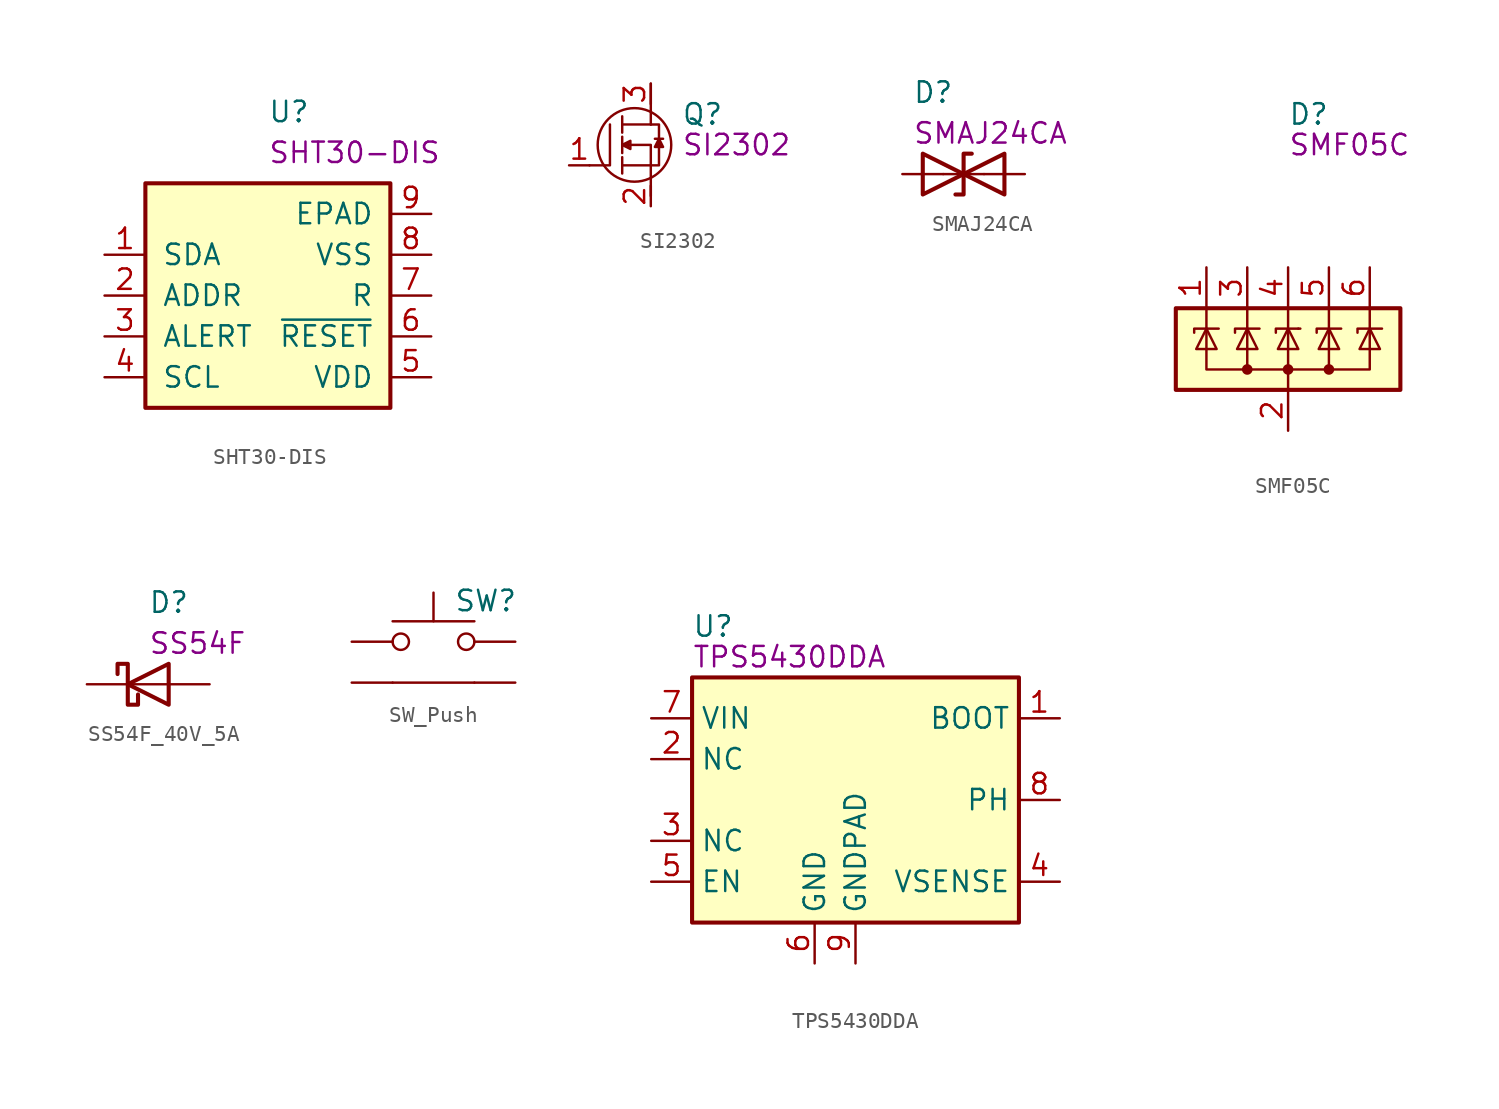
<source format=kicad_sym>
(kicad_symbol_lib
  (version 20211014)
  (generator kicad_symbol_editor)
  (symbol "SHT30-DIS"
    (pin_names
      (offset 1.016))
    (property "Reference" "U"
      (at 0 11.43 0)
      (effects (font (size 1.27 1.27)) (justify left)))
    (property "Symbol" "SHT30-DIS"
      (at 0 8.89 0)
      (effects (font (size 1.27 1.27)) (justify left)))
    (symbol "SHT30-DIS_0_1"
      (rectangle (start -7.62 6.985) (end 7.62 -6.985) (stroke (width 0.254) (type default) (color 0 0 0 0)) (fill (type background))))
    (symbol "SHT30-DIS_1_1"
      (pin bidirectional line (at -10.16 2.54 0) (length 2.54) (name "SDA" (effects (font (size 1.27 1.27)))) (number "1" (effects (font (size 1.27 1.27)))))
      (pin input line (at -10.16 0 0) (length 2.54) (name "ADDR" (effects (font (size 1.27 1.27)))) (number "2" (effects (font (size 1.27 1.27)))))
      (pin output line (at -10.16 -2.54 0) (length 2.54) (name "ALERT" (effects (font (size 1.27 1.27)))) (number "3" (effects (font (size 1.27 1.27)))))
      (pin input line (at -10.16 -5.08 0) (length 2.54) (name "SCL" (effects (font (size 1.27 1.27)))) (number "4" (effects (font (size 1.27 1.27)))))
      (pin power_in line (at 10.16 -5.08 180) (length 2.54) (name "VDD" (effects (font (size 1.27 1.27)))) (number "5" (effects (font (size 1.27 1.27)))))
      (pin input line (at 10.16 -2.54 180) (length 2.54) (name "~{RESET}" (effects (font (size 1.27 1.27)))) (number "6" (effects (font (size 1.27 1.27)))))
      (pin passive line (at 10.16 0 180) (length 2.54) (name "R" (effects (font (size 1.27 1.27)))) (number "7" (effects (font (size 1.27 1.27)))))
      (pin power_in line (at 10.16 2.54 180) (length 2.54) (name "VSS" (effects (font (size 1.27 1.27)))) (number "8" (effects (font (size 1.27 1.27)))))
      (pin passive line (at 10.16 5.08 180) (length 2.54) (name "EPAD" (effects (font (size 1.27 1.27)))) (number "9" (effects (font (size 1.27 1.27)))))))
  (symbol "SI2302"
    (pin_names
      (offset 1.016))
    (property "Reference" "Q"
      (at 3.175 1.905 0)
      (effects (font (size 1.27 1.27)) (justify left)))
    (property "Symbol" "SI2302"
      (at 3.175 0 0)
      (effects (font (size 1.27 1.27)) (justify left)))
    (symbol "SI2302_0_1"
      (polyline (pts (xy 1.524 0.381) (xy 2.032 0.381)) (stroke (width 0) (type default) (color 0 0 0 0)) (fill (type none)))
      (polyline (pts (xy 1.27 -1.27) (xy 1.778 -1.27) (xy 1.778 1.27) (xy 1.27 1.27)) (stroke (width 0) (type default) (color 0 0 0 0)) (fill (type none)))
      (polyline (pts (xy 1.524 -0.127) (xy 2.032 -0.127) (xy 1.778 0.381) (xy 1.524 -0.127) (xy 1.651 0) (xy 1.905 0) (xy 1.778 0.127)) (stroke (width 0) (type default) (color 0 0 0 0)) (fill (type none))))
    (symbol "SI2302_1_1"
      (polyline (pts (xy -0.508 -1.778) (xy -0.508 -0.762)) (stroke (width 0.152) (type default) (color 0 0 0 0)) (fill (type none)))
      (polyline (pts (xy -0.508 -1.27) (xy 1.27 -1.27)) (stroke (width 0.152) (type default) (color 0 0 0 0)) (fill (type none)))
      (polyline (pts (xy -0.508 -0.508) (xy -0.508 0.508)) (stroke (width 0.152) (type default) (color 0 0 0 0)) (fill (type none)))
      (polyline (pts (xy -0.508 1.778) (xy -0.508 0.762)) (stroke (width 0.152) (type default) (color 0 0 0 0)) (fill (type none)))
      (polyline (pts (xy 1.27 1.27) (xy -0.508 1.27)) (stroke (width 0.152) (type default) (color 0 0 0 0)) (fill (type none)))
      (polyline (pts (xy 1.27 1.27) (xy 1.27 3.81)) (stroke (width 0.152) (type default) (color 0 0 0 0)) (fill (type none)))
      (polyline (pts (xy -1.27 1.27) (xy -1.27 -1.27) (xy -2.54 -1.27)) (stroke (width 0) (type default) (color 0 0 0 0)) (fill (type none)))
      (polyline (pts (xy -0.508 0) (xy 1.27 0) (xy 1.27 -3.175)) (stroke (width 0) (type default) (color 0 0 0 0)) (fill (type none)))
      (polyline (pts (xy -0.254 0) (xy -0.127 0.127) (xy -0.127 -0.127)) (stroke (width 0) (type default) (color 0 0 0 0)) (fill (type none)))
      (polyline (pts (xy -0.508 0) (xy 0 0.254) (xy 0 -0.254) (xy -0.508 0)) (stroke (width 0) (type default) (color 0 0 0 0)) (fill (type none)))
      (circle (center 0.254 0) (radius 2.286) (stroke (width 0) (type default) (color 0 0 0 0)) (fill (type none)))
      (pin passive line (at -3.81 -1.27 0) (length 1.27) (name "~" (effects (font (size 1.27 1.27)))) (number "1" (effects (font (size 1.27 1.27)))))
      (pin passive line (at 1.27 -3.81 90) (length 1.27) (name "~" (effects (font (size 1.27 1.27)))) (number "2" (effects (font (size 1.27 1.27)))))
      (pin passive line (at 1.27 3.81 270) (length 1.27) (name "~" (effects (font (size 1.27 1.27)))) (number "3" (effects (font (size 1.27 1.27)))))))
  (symbol "SMAJ24CA"
    (pin_numbers hide)
    (pin_names
      (offset 0.762))
    (property "Reference" "D"
      (at -3.175 5.08 0)
      (effects (font (size 1.27 1.27)) (justify left)))
    (property "Symbol" "SMAJ24CA"
      (at -3.175 2.54 0)
      (effects (font (size 1.27 1.27)) (justify left)))
    (symbol "SMAJ24CA_0_1"
      (polyline (pts (xy 1.27 0) (xy -1.27 0)) (stroke (width 0) (type default) (color 0 0 0 0)) (fill (type none)))
      (polyline (pts (xy 0.508 1.27) (xy 0 1.27) (xy 0 -1.27) (xy -0.508 -1.27)) (stroke (width 0.254) (type default) (color 0 0 0 0)) (fill (type none)))
      (polyline (pts (xy -2.54 1.27) (xy -2.54 -1.27) (xy 2.54 1.27) (xy 2.54 -1.27) (xy -2.54 1.27)) (stroke (width 0.254) (type default) (color 0 0 0 0)) (fill (type none))))
    (symbol "SMAJ24CA_1_1"
      (pin passive line (at -3.81 0 0) (length 2.54) (name "~" (effects (font (size 1.27 1.27)))) (number "1" (effects (font (size 1.27 1.27)))))
      (pin passive line (at 3.81 0 180) (length 2.54) (name "~" (effects (font (size 1.27 1.27)))) (number "2" (effects (font (size 1.27 1.27)))))))
  (symbol "SMF05C"
    (pin_names
      (offset 1.016))
    (property "Reference" "D"
      (at 0 14.605 0)
      (effects (font (size 1.27 1.27)) (justify left)))
    (property "Symbol" "SMF05C"
      (at 0 12.7 0)
      (effects (font (size 1.27 1.27)) (justify left)))
    (symbol "SMF05C_0_0"
      (pin passive line (at 0 -5.08 90) (length 2.54) (name "~" (effects (font (size 1.27 1.27)))) (number "2" (effects (font (size 1.27 1.27))))))
    (symbol "SMF05C_0_1"
      (rectangle (start -6.985 2.54) (end 6.985 -2.54) (stroke (width 0.254) (type default) (color 0 0 0 0)) (fill (type background)))
      (circle (center -2.54 -1.27) (radius 0.254) (stroke (width 0) (type default) (color 0 0 0 0)) (fill (type outline)))
      (circle (center 0 -1.27) (radius 0.254) (stroke (width 0) (type default) (color 0 0 0 0)) (fill (type outline)))
      (polyline (pts (xy -5.08 2.54) (xy -5.08 1.27)) (stroke (width 0) (type default) (color 0 0 0 0)) (fill (type none)))
      (polyline (pts (xy -2.54 2.54) (xy -2.54 1.27)) (stroke (width 0) (type default) (color 0 0 0 0)) (fill (type none)))
      (polyline (pts (xy 0 -1.27) (xy 0 -2.54)) (stroke (width 0) (type default) (color 0 0 0 0)) (fill (type none)))
      (polyline (pts (xy 0 -1.27) (xy 0 1.27)) (stroke (width 0) (type default) (color 0 0 0 0)) (fill (type none)))
      (polyline (pts (xy 0 2.54) (xy 0 1.27)) (stroke (width 0) (type default) (color 0 0 0 0)) (fill (type none)))
      (polyline (pts (xy 0.635 1.27) (xy 0.762 1.27)) (stroke (width 0) (type default) (color 0 0 0 0)) (fill (type none)))
      (polyline (pts (xy 2.54 2.54) (xy 2.54 1.27)) (stroke (width 0) (type default) (color 0 0 0 0)) (fill (type none)))
      (polyline (pts (xy 5.08 2.54) (xy 5.08 1.27)) (stroke (width 0) (type default) (color 0 0 0 0)) (fill (type none)))
      (polyline (pts (xy -5.08 1.27) (xy -5.08 -1.27) (xy -2.54 -1.27)) (stroke (width 0) (type default) (color 0 0 0 0)) (fill (type none)))
      (polyline (pts (xy 0.635 1.27) (xy -0.762 1.27) (xy -0.762 1.016)) (stroke (width 0) (type default) (color 0 0 0 0)) (fill (type none)))
      (polyline (pts (xy 5.08 1.27) (xy 5.08 -1.27) (xy 2.54 -1.27)) (stroke (width 0) (type default) (color 0 0 0 0)) (fill (type none)))
      (polyline (pts (xy -5.842 1.016) (xy -5.842 1.27) (xy -4.445 1.27) (xy -4.318 1.27)) (stroke (width 0) (type default) (color 0 0 0 0)) (fill (type none)))
      (polyline (pts (xy -5.08 1.27) (xy -4.445 0) (xy -5.715 0) (xy -5.08 1.27)) (stroke (width 0) (type default) (color 0 0 0 0)) (fill (type none)))
      (polyline (pts (xy -3.302 1.016) (xy -3.302 1.27) (xy -1.905 1.27) (xy -1.778 1.27)) (stroke (width 0) (type default) (color 0 0 0 0)) (fill (type none)))
      (polyline (pts (xy -2.54 1.27) (xy -2.54 -1.27) (xy 2.54 -1.27) (xy 2.54 1.27)) (stroke (width 0) (type default) (color 0 0 0 0)) (fill (type none)))
      (polyline (pts (xy -2.54 1.27) (xy -1.905 0) (xy -3.175 0) (xy -2.54 1.27)) (stroke (width 0) (type default) (color 0 0 0 0)) (fill (type none)))
      (polyline (pts (xy 0.635 0) (xy -0.635 0) (xy 0 1.27) (xy 0.635 0)) (stroke (width 0) (type default) (color 0 0 0 0)) (fill (type none)))
      (polyline (pts (xy 1.778 1.016) (xy 1.778 1.27) (xy 3.175 1.27) (xy 3.302 1.27)) (stroke (width 0) (type default) (color 0 0 0 0)) (fill (type none)))
      (polyline (pts (xy 2.54 1.27) (xy 1.905 0) (xy 3.175 0) (xy 2.54 1.27)) (stroke (width 0) (type default) (color 0 0 0 0)) (fill (type none)))
      (polyline (pts (xy 4.318 1.016) (xy 4.318 1.27) (xy 5.715 1.27) (xy 5.842 1.27)) (stroke (width 0) (type default) (color 0 0 0 0)) (fill (type none)))
      (polyline (pts (xy 5.08 1.27) (xy 4.445 0) (xy 5.715 0) (xy 5.08 1.27)) (stroke (width 0) (type default) (color 0 0 0 0)) (fill (type none)))
      (circle (center 2.54 -1.27) (radius 0.254) (stroke (width 0) (type default) (color 0 0 0 0)) (fill (type outline))))
    (symbol "SMF05C_1_1"
      (pin passive line (at -5.08 5.08 270) (length 2.54) (name "~" (effects (font (size 1.27 1.27)))) (number "1" (effects (font (size 1.27 1.27)))))
      (pin passive line (at -2.54 5.08 270) (length 2.54) (name "~" (effects (font (size 1.27 1.27)))) (number "3" (effects (font (size 1.27 1.27)))))
      (pin passive line (at 0 5.08 270) (length 2.54) (name "~" (effects (font (size 1.27 1.27)))) (number "4" (effects (font (size 1.27 1.27)))))
      (pin passive line (at 2.54 5.08 270) (length 2.54) (name "~" (effects (font (size 1.27 1.27)))) (number "5" (effects (font (size 1.27 1.27)))))
      (pin passive line (at 5.08 5.08 270) (length 2.54) (name "~" (effects (font (size 1.27 1.27)))) (number "6" (effects (font (size 1.27 1.27)))))))
  (symbol "SS54F_40V_5A"
    (pin_numbers hide)
    (pin_names
      (offset 1.016) hide)
    (property "Reference" "D"
      (at 0 5.08 0)
      (effects (font (size 1.27 1.27)) (justify left)))
    (property "Symbol" "SS54F"
      (at 0 2.54 0)
      (effects (font (size 1.27 1.27)) (justify left)))
    (symbol "SS54F_40V_5A_0_1"
      (polyline (pts (xy 1.27 0) (xy -1.27 0)) (stroke (width 0) (type default) (color 0 0 0 0)) (fill (type none)))
      (polyline (pts (xy 1.27 1.27) (xy 1.27 -1.27) (xy -1.27 0) (xy 1.27 1.27)) (stroke (width 0.254) (type default) (color 0 0 0 0)) (fill (type none)))
      (polyline (pts (xy -1.905 0.635) (xy -1.905 1.27) (xy -1.27 1.27) (xy -1.27 -1.27) (xy -0.635 -1.27) (xy -0.635 -0.635)) (stroke (width 0.254) (type default) (color 0 0 0 0)) (fill (type none))))
    (symbol "SS54F_40V_5A_1_1"
      (pin passive line (at -3.81 0 0) (length 2.54) (name "K" (effects (font (size 1.27 1.27)))) (number "1" (effects (font (size 1.27 1.27)))))
      (pin passive line (at 3.81 0 180) (length 2.54) (name "A" (effects (font (size 1.27 1.27)))) (number "2" (effects (font (size 1.27 1.27)))))))
  (symbol "SW_Push"
    (pin_numbers hide)
    (pin_names
      (offset 1.016) hide)
    (property "Reference" "SW"
      (at 1.27 2.54 0)
      (effects (font (size 1.27 1.27)) (justify left)))
    (property "Symbol" ""
      (at 0 0 0)
      (effects (font (size 1.27 1.27)) (justify left)))
    (symbol "SW_Push_0_1"
      (circle (center -2.032 0) (radius 0.508) (stroke (width 0) (type default) (color 0 0 0 0)) (fill (type none)))
      (polyline (pts (xy -2.54 -2.54) (xy 2.54 -2.54)) (stroke (width 0) (type default) (color 0 0 0 0)) (fill (type none)))
      (polyline (pts (xy 0 1.27) (xy 0 3.048)) (stroke (width 0) (type default) (color 0 0 0 0)) (fill (type none)))
      (polyline (pts (xy 2.54 1.27) (xy -2.54 1.27)) (stroke (width 0) (type default) (color 0 0 0 0)) (fill (type none)))
      (circle (center 2.032 0) (radius 0.508) (stroke (width 0) (type default) (color 0 0 0 0)) (fill (type none)))
      (pin passive line (at -5.08 0 0) (length 2.54) (name "1" (effects (font (size 1.27 1.27)))) (number "1" (effects (font (size 1.27 1.27)))))
      (pin passive line (at 5.08 0 180) (length 2.54) (name "2" (effects (font (size 1.27 1.27)))) (number "2" (effects (font (size 1.27 1.27)))))
      (pin passive line (at -5.08 -2.54 0) (length 2.54) (name "3" (effects (font (size 1.27 1.27)))) (number "3" (effects (font (size 1.27 1.27)))))
      (pin passive line (at 5.08 -2.54 180) (length 2.54) (name "4" (effects (font (size 1.27 1.27)))) (number "4" (effects (font (size 1.27 1.27)))))))
  (symbol "TPS5430DDA"
    (property "Reference" "U"
      (at -10.16 10.795 0)
      (effects (font (size 1.27 1.27)) (justify left)))
    (property "Symbol" "TPS5430DDA"
      (at -10.16 8.89 0)
      (effects (font (size 1.27 1.27)) (justify left)))
    (symbol "TPS5430DDA_0_1"
      (rectangle (start -10.16 7.62) (end 10.16 -7.62) (stroke (width 0.254) (type default) (color 0 0 0 0)) (fill (type background))))
    (symbol "TPS5430DDA_1_1"
      (pin input line (at 12.7 5.08 180) (length 2.54) (name "BOOT" (effects (font (size 1.27 1.27)))) (number "1" (effects (font (size 1.27 1.27)))))
      (pin passive line (at -12.7 2.54 0) (length 2.54) (name "NC" (effects (font (size 1.27 1.27)))) (number "2" (effects (font (size 1.27 1.27)))))
      (pin passive line (at -12.7 -2.54 0) (length 2.54) (name "NC" (effects (font (size 1.27 1.27)))) (number "3" (effects (font (size 1.27 1.27)))))
      (pin input line (at 12.7 -5.08 180) (length 2.54) (name "VSENSE" (effects (font (size 1.27 1.27)))) (number "4" (effects (font (size 1.27 1.27)))))
      (pin input line (at -12.7 -5.08 0) (length 2.54) (name "EN" (effects (font (size 1.27 1.27)))) (number "5" (effects (font (size 1.27 1.27)))))
      (pin power_in line (at -2.54 -10.16 90) (length 2.54) (name "GND" (effects (font (size 1.27 1.27)))) (number "6" (effects (font (size 1.27 1.27)))))
      (pin power_in line (at -12.7 5.08 0) (length 2.54) (name "VIN" (effects (font (size 1.27 1.27)))) (number "7" (effects (font (size 1.27 1.27)))))
      (pin power_out line (at 12.7 0 180) (length 2.54) (name "PH" (effects (font (size 1.27 1.27)))) (number "8" (effects (font (size 1.27 1.27)))))
      (pin power_in line (at 0 -10.16 90) (length 2.54) (name "GNDPAD" (effects (font (size 1.27 1.27)))) (number "9" (effects (font (size 1.27 1.27))))))))
</source>
